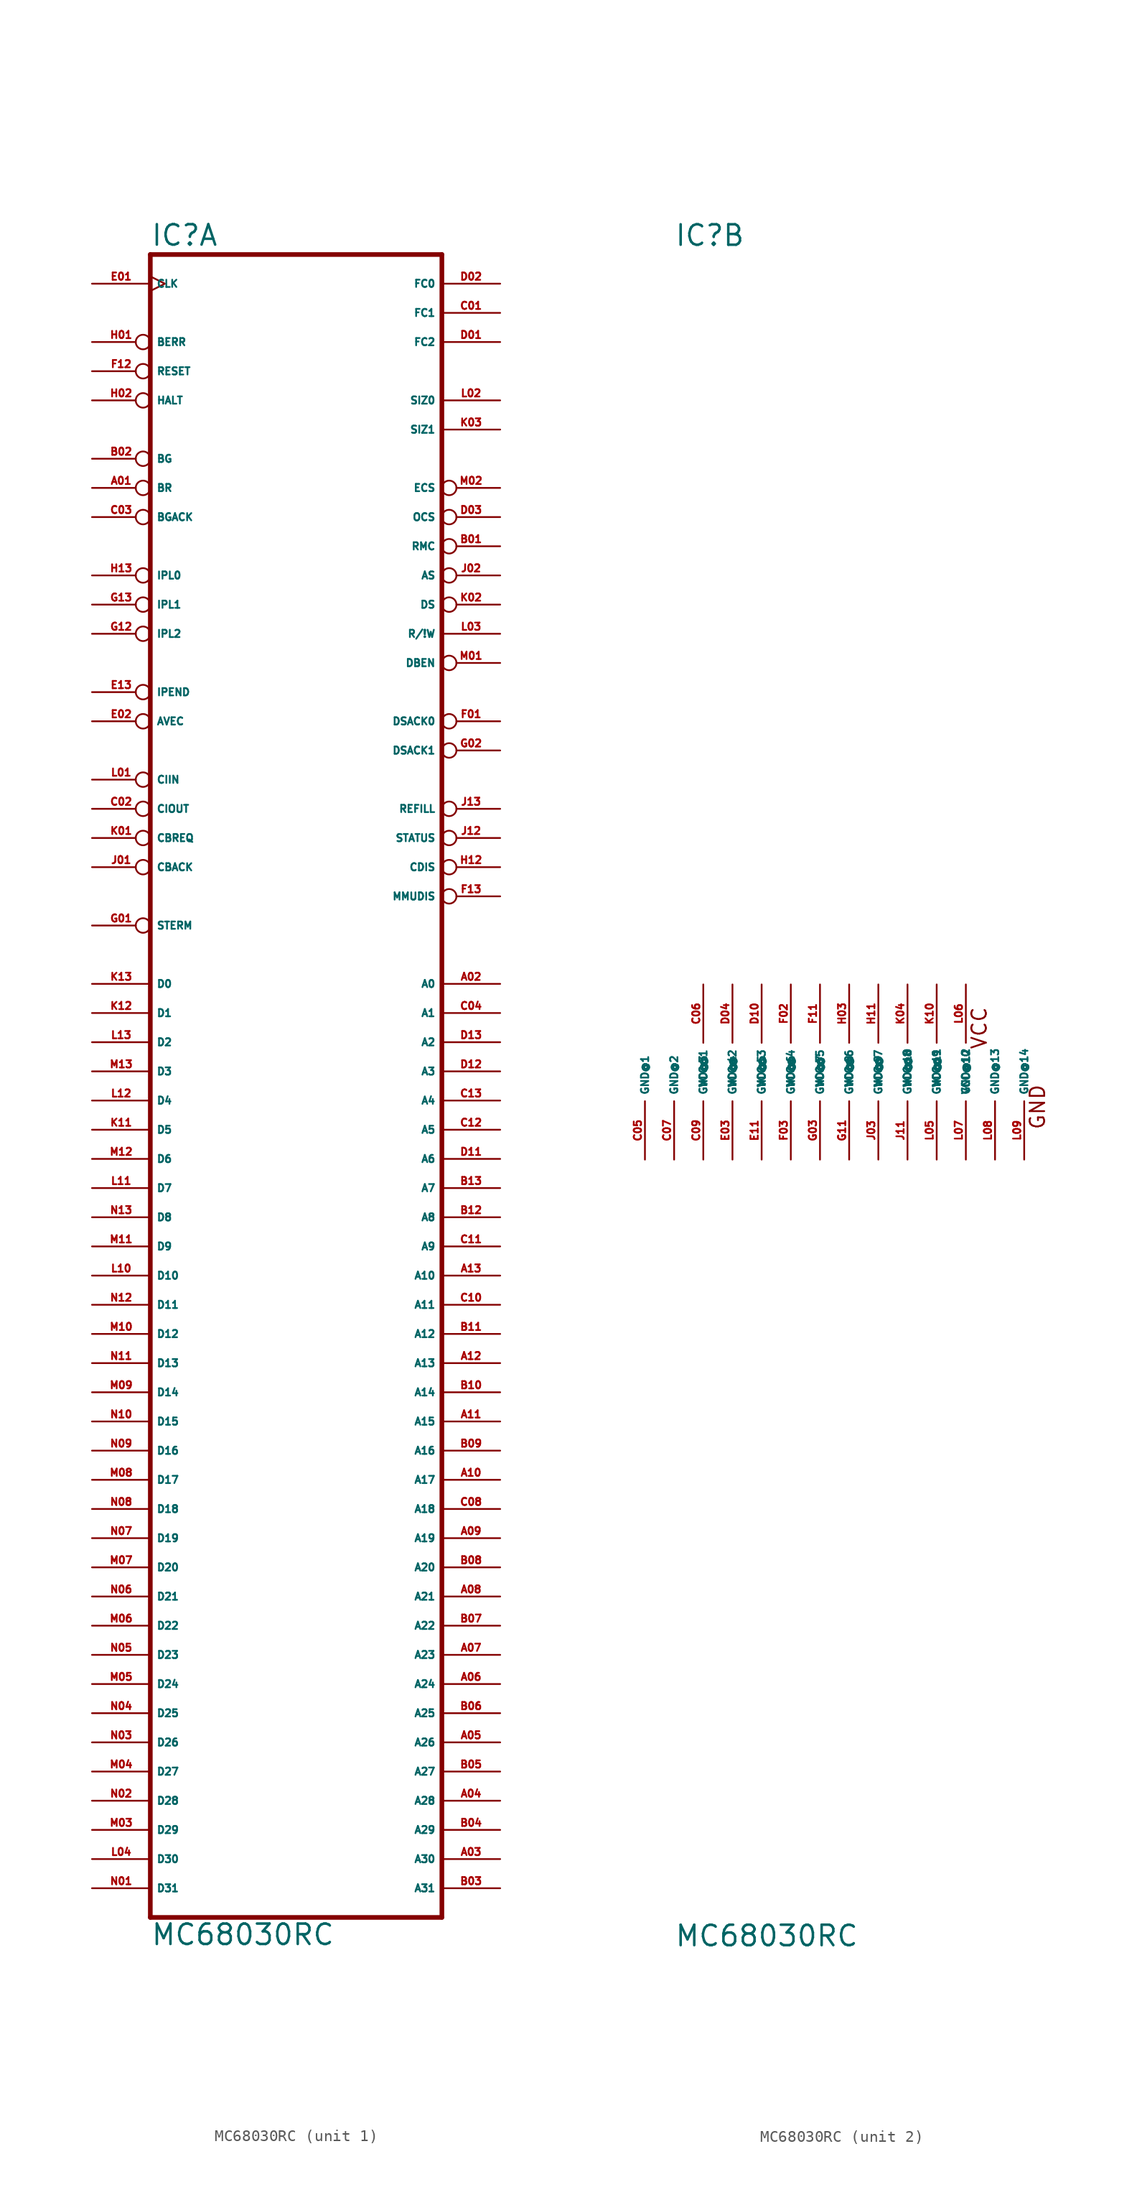
<source format=kicad_sym>
(kicad_symbol_lib
  (version 20220914)
  (generator Eagle2Kicad)
  (symbol "MC68030RC"
    (property "Reference" "IC"
      (at -12.7 71.755 0)
      (effects (font (size 1.778 1.778) (thickness 0.22)) (justify left bottom)))
    (property "Value" "MC68030RC"
      (at -12.7 -76.2 0)
      (effects (font (size 1.778 1.778) (thickness 0.22)) (justify left bottom)))
    (symbol "MC68030RC_1_0"
      (polyline (pts (xy -12.7 -73.66) (xy 12.7 -73.66)) (stroke (width 0.406) (type default)) (fill (type none)))
      (polyline (pts (xy 12.7 71.12) (xy 12.7 -73.66)) (stroke (width 0.406) (type default)) (fill (type none)))
      (polyline (pts (xy 12.7 71.12) (xy -12.7 71.12)) (stroke (width 0.406) (type default)) (fill (type none)))
      (polyline (pts (xy -12.7 -73.66) (xy -12.7 71.12)) (stroke (width 0.406) (type default)) (fill (type none)))
      (pin input clock (at -17.78 68.58 0) (length 5.08) (name "CLK" (effects (font (size 0.635 0.635) (thickness 0.08)) (justify left bottom))) (number "E01" (effects (font (size 0.635 0.635) (thickness 0.08)) (justify left bottom))))
      (pin input inverted (at -17.78 63.5 0) (length 5.08) (name "BERR" (effects (font (size 0.635 0.635) (thickness 0.08)) (justify left bottom))) (number "H01" (effects (font (size 0.635 0.635) (thickness 0.08)) (justify left bottom))))
      (pin bidirectional inverted (at -17.78 60.96 0) (length 5.08) (name "RESET" (effects (font (size 0.635 0.635) (thickness 0.08)) (justify left bottom))) (number "F12" (effects (font (size 0.635 0.635) (thickness 0.08)) (justify left bottom))))
      (pin input inverted (at -17.78 58.42 0) (length 5.08) (name "HALT" (effects (font (size 0.635 0.635) (thickness 0.08)) (justify left bottom))) (number "H02" (effects (font (size 0.635 0.635) (thickness 0.08)) (justify left bottom))))
      (pin input inverted (at -17.78 30.48 0) (length 5.08) (name "AVEC" (effects (font (size 0.635 0.635) (thickness 0.08)) (justify left bottom))) (number "E02" (effects (font (size 0.635 0.635) (thickness 0.08)) (justify left bottom))))
      (pin input inverted (at -17.78 50.8 0) (length 5.08) (name "BR" (effects (font (size 0.635 0.635) (thickness 0.08)) (justify left bottom))) (number "A01" (effects (font (size 0.635 0.635) (thickness 0.08)) (justify left bottom))))
      (pin input inverted (at -17.78 48.26 0) (length 5.08) (name "BGACK" (effects (font (size 0.635 0.635) (thickness 0.08)) (justify left bottom))) (number "C03" (effects (font (size 0.635 0.635) (thickness 0.08)) (justify left bottom))))
      (pin input inverted (at -17.78 43.18 0) (length 5.08) (name "IPL0" (effects (font (size 0.635 0.635) (thickness 0.08)) (justify left bottom))) (number "H13" (effects (font (size 0.635 0.635) (thickness 0.08)) (justify left bottom))))
      (pin bidirectional line (at -17.78 7.62 0) (length 5.08) (name "D0" (effects (font (size 0.635 0.635) (thickness 0.08)) (justify left bottom))) (number "K13" (effects (font (size 0.635 0.635) (thickness 0.08)) (justify left bottom))))
      (pin bidirectional line (at -17.78 5.08 0) (length 5.08) (name "D1" (effects (font (size 0.635 0.635) (thickness 0.08)) (justify left bottom))) (number "K12" (effects (font (size 0.635 0.635) (thickness 0.08)) (justify left bottom))))
      (pin bidirectional line (at -17.78 2.54 0) (length 5.08) (name "D2" (effects (font (size 0.635 0.635) (thickness 0.08)) (justify left bottom))) (number "L13" (effects (font (size 0.635 0.635) (thickness 0.08)) (justify left bottom))))
      (pin bidirectional line (at -17.78 0 0) (length 5.08) (name "D3" (effects (font (size 0.635 0.635) (thickness 0.08)) (justify left bottom))) (number "M13" (effects (font (size 0.635 0.635) (thickness 0.08)) (justify left bottom))))
      (pin bidirectional line (at -17.78 -2.54 0) (length 5.08) (name "D4" (effects (font (size 0.635 0.635) (thickness 0.08)) (justify left bottom))) (number "L12" (effects (font (size 0.635 0.635) (thickness 0.08)) (justify left bottom))))
      (pin bidirectional line (at -17.78 -5.08 0) (length 5.08) (name "D5" (effects (font (size 0.635 0.635) (thickness 0.08)) (justify left bottom))) (number "K11" (effects (font (size 0.635 0.635) (thickness 0.08)) (justify left bottom))))
      (pin bidirectional line (at -17.78 -7.62 0) (length 5.08) (name "D6" (effects (font (size 0.635 0.635) (thickness 0.08)) (justify left bottom))) (number "M12" (effects (font (size 0.635 0.635) (thickness 0.08)) (justify left bottom))))
      (pin bidirectional line (at -17.78 -10.16 0) (length 5.08) (name "D7" (effects (font (size 0.635 0.635) (thickness 0.08)) (justify left bottom))) (number "L11" (effects (font (size 0.635 0.635) (thickness 0.08)) (justify left bottom))))
      (pin bidirectional line (at -17.78 -12.7 0) (length 5.08) (name "D8" (effects (font (size 0.635 0.635) (thickness 0.08)) (justify left bottom))) (number "N13" (effects (font (size 0.635 0.635) (thickness 0.08)) (justify left bottom))))
      (pin bidirectional line (at -17.78 -15.24 0) (length 5.08) (name "D9" (effects (font (size 0.635 0.635) (thickness 0.08)) (justify left bottom))) (number "M11" (effects (font (size 0.635 0.635) (thickness 0.08)) (justify left bottom))))
      (pin bidirectional line (at -17.78 -17.78 0) (length 5.08) (name "D10" (effects (font (size 0.635 0.635) (thickness 0.08)) (justify left bottom))) (number "L10" (effects (font (size 0.635 0.635) (thickness 0.08)) (justify left bottom))))
      (pin bidirectional line (at -17.78 -20.32 0) (length 5.08) (name "D11" (effects (font (size 0.635 0.635) (thickness 0.08)) (justify left bottom))) (number "N12" (effects (font (size 0.635 0.635) (thickness 0.08)) (justify left bottom))))
      (pin bidirectional line (at -17.78 -22.86 0) (length 5.08) (name "D12" (effects (font (size 0.635 0.635) (thickness 0.08)) (justify left bottom))) (number "M10" (effects (font (size 0.635 0.635) (thickness 0.08)) (justify left bottom))))
      (pin bidirectional line (at -17.78 -25.4 0) (length 5.08) (name "D13" (effects (font (size 0.635 0.635) (thickness 0.08)) (justify left bottom))) (number "N11" (effects (font (size 0.635 0.635) (thickness 0.08)) (justify left bottom))))
      (pin bidirectional line (at -17.78 -27.94 0) (length 5.08) (name "D14" (effects (font (size 0.635 0.635) (thickness 0.08)) (justify left bottom))) (number "M09" (effects (font (size 0.635 0.635) (thickness 0.08)) (justify left bottom))))
      (pin bidirectional line (at -17.78 -30.48 0) (length 5.08) (name "D15" (effects (font (size 0.635 0.635) (thickness 0.08)) (justify left bottom))) (number "N10" (effects (font (size 0.635 0.635) (thickness 0.08)) (justify left bottom))))
      (pin output line (at 17.78 58.42 180) (length 5.08) (name "SIZ0" (effects (font (size 0.635 0.635) (thickness 0.08)) (justify left bottom))) (number "L02" (effects (font (size 0.635 0.635) (thickness 0.08)) (justify left bottom))))
      (pin output line (at 17.78 55.88 180) (length 5.08) (name "SIZ1" (effects (font (size 0.635 0.635) (thickness 0.08)) (justify left bottom))) (number "K03" (effects (font (size 0.635 0.635) (thickness 0.08)) (justify left bottom))))
      (pin output line (at 17.78 68.58 180) (length 5.08) (name "FC0" (effects (font (size 0.635 0.635) (thickness 0.08)) (justify left bottom))) (number "D02" (effects (font (size 0.635 0.635) (thickness 0.08)) (justify left bottom))))
      (pin output line (at 17.78 66.04 180) (length 5.08) (name "FC1" (effects (font (size 0.635 0.635) (thickness 0.08)) (justify left bottom))) (number "C01" (effects (font (size 0.635 0.635) (thickness 0.08)) (justify left bottom))))
      (pin output line (at 17.78 63.5 180) (length 5.08) (name "FC2" (effects (font (size 0.635 0.635) (thickness 0.08)) (justify left bottom))) (number "D01" (effects (font (size 0.635 0.635) (thickness 0.08)) (justify left bottom))))
      (pin output inverted (at 17.78 48.26 180) (length 5.08) (name "OCS" (effects (font (size 0.635 0.635) (thickness 0.08)) (justify left bottom))) (number "D03" (effects (font (size 0.635 0.635) (thickness 0.08)) (justify left bottom))))
      (pin output line (at 17.78 38.1 180) (length 5.08) (name "R/!W" (effects (font (size 0.635 0.635) (thickness 0.08)) (justify left bottom))) (number "L03" (effects (font (size 0.635 0.635) (thickness 0.08)) (justify left bottom))))
      (pin output inverted (at 17.78 45.72 180) (length 5.08) (name "RMC" (effects (font (size 0.635 0.635) (thickness 0.08)) (justify left bottom))) (number "B01" (effects (font (size 0.635 0.635) (thickness 0.08)) (justify left bottom))))
      (pin output inverted (at 17.78 43.18 180) (length 5.08) (name "AS" (effects (font (size 0.635 0.635) (thickness 0.08)) (justify left bottom))) (number "J02" (effects (font (size 0.635 0.635) (thickness 0.08)) (justify left bottom))))
      (pin output inverted (at 17.78 50.8 180) (length 5.08) (name "ECS" (effects (font (size 0.635 0.635) (thickness 0.08)) (justify left bottom))) (number "M02" (effects (font (size 0.635 0.635) (thickness 0.08)) (justify left bottom))))
      (pin output line (at 17.78 5.08 180) (length 5.08) (name "A1" (effects (font (size 0.635 0.635) (thickness 0.08)) (justify left bottom))) (number "C04" (effects (font (size 0.635 0.635) (thickness 0.08)) (justify left bottom))))
      (pin output line (at 17.78 2.54 180) (length 5.08) (name "A2" (effects (font (size 0.635 0.635) (thickness 0.08)) (justify left bottom))) (number "D13" (effects (font (size 0.635 0.635) (thickness 0.08)) (justify left bottom))))
      (pin output line (at 17.78 0 180) (length 5.08) (name "A3" (effects (font (size 0.635 0.635) (thickness 0.08)) (justify left bottom))) (number "D12" (effects (font (size 0.635 0.635) (thickness 0.08)) (justify left bottom))))
      (pin output line (at 17.78 -2.54 180) (length 5.08) (name "A4" (effects (font (size 0.635 0.635) (thickness 0.08)) (justify left bottom))) (number "C13" (effects (font (size 0.635 0.635) (thickness 0.08)) (justify left bottom))))
      (pin output line (at 17.78 -5.08 180) (length 5.08) (name "A5" (effects (font (size 0.635 0.635) (thickness 0.08)) (justify left bottom))) (number "C12" (effects (font (size 0.635 0.635) (thickness 0.08)) (justify left bottom))))
      (pin output line (at 17.78 -7.62 180) (length 5.08) (name "A6" (effects (font (size 0.635 0.635) (thickness 0.08)) (justify left bottom))) (number "D11" (effects (font (size 0.635 0.635) (thickness 0.08)) (justify left bottom))))
      (pin output line (at 17.78 -10.16 180) (length 5.08) (name "A7" (effects (font (size 0.635 0.635) (thickness 0.08)) (justify left bottom))) (number "B13" (effects (font (size 0.635 0.635) (thickness 0.08)) (justify left bottom))))
      (pin output line (at 17.78 -15.24 180) (length 5.08) (name "A9" (effects (font (size 0.635 0.635) (thickness 0.08)) (justify left bottom))) (number "C11" (effects (font (size 0.635 0.635) (thickness 0.08)) (justify left bottom))))
      (pin output line (at 17.78 -12.7 180) (length 5.08) (name "A8" (effects (font (size 0.635 0.635) (thickness 0.08)) (justify left bottom))) (number "B12" (effects (font (size 0.635 0.635) (thickness 0.08)) (justify left bottom))))
      (pin output line (at 17.78 -17.78 180) (length 5.08) (name "A10" (effects (font (size 0.635 0.635) (thickness 0.08)) (justify left bottom))) (number "A13" (effects (font (size 0.635 0.635) (thickness 0.08)) (justify left bottom))))
      (pin output line (at 17.78 -20.32 180) (length 5.08) (name "A11" (effects (font (size 0.635 0.635) (thickness 0.08)) (justify left bottom))) (number "C10" (effects (font (size 0.635 0.635) (thickness 0.08)) (justify left bottom))))
      (pin output line (at 17.78 -22.86 180) (length 5.08) (name "A12" (effects (font (size 0.635 0.635) (thickness 0.08)) (justify left bottom))) (number "B11" (effects (font (size 0.635 0.635) (thickness 0.08)) (justify left bottom))))
      (pin output line (at 17.78 -25.4 180) (length 5.08) (name "A13" (effects (font (size 0.635 0.635) (thickness 0.08)) (justify left bottom))) (number "A12" (effects (font (size 0.635 0.635) (thickness 0.08)) (justify left bottom))))
      (pin output line (at 17.78 -27.94 180) (length 5.08) (name "A14" (effects (font (size 0.635 0.635) (thickness 0.08)) (justify left bottom))) (number "B10" (effects (font (size 0.635 0.635) (thickness 0.08)) (justify left bottom))))
      (pin output line (at 17.78 -30.48 180) (length 5.08) (name "A15" (effects (font (size 0.635 0.635) (thickness 0.08)) (justify left bottom))) (number "A11" (effects (font (size 0.635 0.635) (thickness 0.08)) (justify left bottom))))
      (pin output line (at 17.78 -33.02 180) (length 5.08) (name "A16" (effects (font (size 0.635 0.635) (thickness 0.08)) (justify left bottom))) (number "B09" (effects (font (size 0.635 0.635) (thickness 0.08)) (justify left bottom))))
      (pin output line (at 17.78 -35.56 180) (length 5.08) (name "A17" (effects (font (size 0.635 0.635) (thickness 0.08)) (justify left bottom))) (number "A10" (effects (font (size 0.635 0.635) (thickness 0.08)) (justify left bottom))))
      (pin output line (at 17.78 -38.1 180) (length 5.08) (name "A18" (effects (font (size 0.635 0.635) (thickness 0.08)) (justify left bottom))) (number "C08" (effects (font (size 0.635 0.635) (thickness 0.08)) (justify left bottom))))
      (pin output line (at 17.78 -40.64 180) (length 5.08) (name "A19" (effects (font (size 0.635 0.635) (thickness 0.08)) (justify left bottom))) (number "A09" (effects (font (size 0.635 0.635) (thickness 0.08)) (justify left bottom))))
      (pin output line (at 17.78 -43.18 180) (length 5.08) (name "A20" (effects (font (size 0.635 0.635) (thickness 0.08)) (justify left bottom))) (number "B08" (effects (font (size 0.635 0.635) (thickness 0.08)) (justify left bottom))))
      (pin output line (at 17.78 -45.72 180) (length 5.08) (name "A21" (effects (font (size 0.635 0.635) (thickness 0.08)) (justify left bottom))) (number "A08" (effects (font (size 0.635 0.635) (thickness 0.08)) (justify left bottom))))
      (pin output line (at 17.78 -48.26 180) (length 5.08) (name "A22" (effects (font (size 0.635 0.635) (thickness 0.08)) (justify left bottom))) (number "B07" (effects (font (size 0.635 0.635) (thickness 0.08)) (justify left bottom))))
      (pin output line (at 17.78 -50.8 180) (length 5.08) (name "A23" (effects (font (size 0.635 0.635) (thickness 0.08)) (justify left bottom))) (number "A07" (effects (font (size 0.635 0.635) (thickness 0.08)) (justify left bottom))))
      (pin input inverted (at -17.78 40.64 0) (length 5.08) (name "IPL1" (effects (font (size 0.635 0.635) (thickness 0.08)) (justify left bottom))) (number "G13" (effects (font (size 0.635 0.635) (thickness 0.08)) (justify left bottom))))
      (pin input inverted (at -17.78 38.1 0) (length 5.08) (name "IPL2" (effects (font (size 0.635 0.635) (thickness 0.08)) (justify left bottom))) (number "G12" (effects (font (size 0.635 0.635) (thickness 0.08)) (justify left bottom))))
      (pin bidirectional line (at -17.78 -33.02 0) (length 5.08) (name "D16" (effects (font (size 0.635 0.635) (thickness 0.08)) (justify left bottom))) (number "N09" (effects (font (size 0.635 0.635) (thickness 0.08)) (justify left bottom))))
      (pin bidirectional line (at -17.78 -35.56 0) (length 5.08) (name "D17" (effects (font (size 0.635 0.635) (thickness 0.08)) (justify left bottom))) (number "M08" (effects (font (size 0.635 0.635) (thickness 0.08)) (justify left bottom))))
      (pin bidirectional line (at -17.78 -38.1 0) (length 5.08) (name "D18" (effects (font (size 0.635 0.635) (thickness 0.08)) (justify left bottom))) (number "N08" (effects (font (size 0.635 0.635) (thickness 0.08)) (justify left bottom))))
      (pin bidirectional line (at -17.78 -40.64 0) (length 5.08) (name "D19" (effects (font (size 0.635 0.635) (thickness 0.08)) (justify left bottom))) (number "N07" (effects (font (size 0.635 0.635) (thickness 0.08)) (justify left bottom))))
      (pin bidirectional line (at -17.78 -43.18 0) (length 5.08) (name "D20" (effects (font (size 0.635 0.635) (thickness 0.08)) (justify left bottom))) (number "M07" (effects (font (size 0.635 0.635) (thickness 0.08)) (justify left bottom))))
      (pin bidirectional line (at -17.78 -45.72 0) (length 5.08) (name "D21" (effects (font (size 0.635 0.635) (thickness 0.08)) (justify left bottom))) (number "N06" (effects (font (size 0.635 0.635) (thickness 0.08)) (justify left bottom))))
      (pin bidirectional line (at -17.78 -48.26 0) (length 5.08) (name "D22" (effects (font (size 0.635 0.635) (thickness 0.08)) (justify left bottom))) (number "M06" (effects (font (size 0.635 0.635) (thickness 0.08)) (justify left bottom))))
      (pin bidirectional line (at -17.78 -50.8 0) (length 5.08) (name "D23" (effects (font (size 0.635 0.635) (thickness 0.08)) (justify left bottom))) (number "N05" (effects (font (size 0.635 0.635) (thickness 0.08)) (justify left bottom))))
      (pin bidirectional line (at -17.78 -53.34 0) (length 5.08) (name "D24" (effects (font (size 0.635 0.635) (thickness 0.08)) (justify left bottom))) (number "M05" (effects (font (size 0.635 0.635) (thickness 0.08)) (justify left bottom))))
      (pin bidirectional line (at -17.78 -55.88 0) (length 5.08) (name "D25" (effects (font (size 0.635 0.635) (thickness 0.08)) (justify left bottom))) (number "N04" (effects (font (size 0.635 0.635) (thickness 0.08)) (justify left bottom))))
      (pin bidirectional line (at -17.78 -58.42 0) (length 5.08) (name "D26" (effects (font (size 0.635 0.635) (thickness 0.08)) (justify left bottom))) (number "N03" (effects (font (size 0.635 0.635) (thickness 0.08)) (justify left bottom))))
      (pin bidirectional line (at -17.78 -60.96 0) (length 5.08) (name "D27" (effects (font (size 0.635 0.635) (thickness 0.08)) (justify left bottom))) (number "M04" (effects (font (size 0.635 0.635) (thickness 0.08)) (justify left bottom))))
      (pin bidirectional line (at -17.78 -63.5 0) (length 5.08) (name "D28" (effects (font (size 0.635 0.635) (thickness 0.08)) (justify left bottom))) (number "N02" (effects (font (size 0.635 0.635) (thickness 0.08)) (justify left bottom))))
      (pin bidirectional line (at -17.78 -66.04 0) (length 5.08) (name "D29" (effects (font (size 0.635 0.635) (thickness 0.08)) (justify left bottom))) (number "M03" (effects (font (size 0.635 0.635) (thickness 0.08)) (justify left bottom))))
      (pin bidirectional line (at -17.78 -68.58 0) (length 5.08) (name "D30" (effects (font (size 0.635 0.635) (thickness 0.08)) (justify left bottom))) (number "L04" (effects (font (size 0.635 0.635) (thickness 0.08)) (justify left bottom))))
      (pin bidirectional line (at -17.78 -71.12 0) (length 5.08) (name "D31" (effects (font (size 0.635 0.635) (thickness 0.08)) (justify left bottom))) (number "N01" (effects (font (size 0.635 0.635) (thickness 0.08)) (justify left bottom))))
      (pin output line (at 17.78 -53.34 180) (length 5.08) (name "A24" (effects (font (size 0.635 0.635) (thickness 0.08)) (justify left bottom))) (number "A06" (effects (font (size 0.635 0.635) (thickness 0.08)) (justify left bottom))))
      (pin output line (at 17.78 -55.88 180) (length 5.08) (name "A25" (effects (font (size 0.635 0.635) (thickness 0.08)) (justify left bottom))) (number "B06" (effects (font (size 0.635 0.635) (thickness 0.08)) (justify left bottom))))
      (pin output line (at 17.78 -58.42 180) (length 5.08) (name "A26" (effects (font (size 0.635 0.635) (thickness 0.08)) (justify left bottom))) (number "A05" (effects (font (size 0.635 0.635) (thickness 0.08)) (justify left bottom))))
      (pin output line (at 17.78 -60.96 180) (length 5.08) (name "A27" (effects (font (size 0.635 0.635) (thickness 0.08)) (justify left bottom))) (number "B05" (effects (font (size 0.635 0.635) (thickness 0.08)) (justify left bottom))))
      (pin output line (at 17.78 -63.5 180) (length 5.08) (name "A28" (effects (font (size 0.635 0.635) (thickness 0.08)) (justify left bottom))) (number "A04" (effects (font (size 0.635 0.635) (thickness 0.08)) (justify left bottom))))
      (pin output line (at 17.78 -66.04 180) (length 5.08) (name "A29" (effects (font (size 0.635 0.635) (thickness 0.08)) (justify left bottom))) (number "B04" (effects (font (size 0.635 0.635) (thickness 0.08)) (justify left bottom))))
      (pin output line (at 17.78 -68.58 180) (length 5.08) (name "A30" (effects (font (size 0.635 0.635) (thickness 0.08)) (justify left bottom))) (number "A03" (effects (font (size 0.635 0.635) (thickness 0.08)) (justify left bottom))))
      (pin output line (at 17.78 -71.12 180) (length 5.08) (name "A31" (effects (font (size 0.635 0.635) (thickness 0.08)) (justify left bottom))) (number "B03" (effects (font (size 0.635 0.635) (thickness 0.08)) (justify left bottom))))
      (pin output line (at 17.78 7.62 180) (length 5.08) (name "A0" (effects (font (size 0.635 0.635) (thickness 0.08)) (justify left bottom))) (number "A02" (effects (font (size 0.635 0.635) (thickness 0.08)) (justify left bottom))))
      (pin output inverted (at 17.78 40.64 180) (length 5.08) (name "DS" (effects (font (size 0.635 0.635) (thickness 0.08)) (justify left bottom))) (number "K02" (effects (font (size 0.635 0.635) (thickness 0.08)) (justify left bottom))))
      (pin output inverted (at 17.78 35.56 180) (length 5.08) (name "DBEN" (effects (font (size 0.635 0.635) (thickness 0.08)) (justify left bottom))) (number "M01" (effects (font (size 0.635 0.635) (thickness 0.08)) (justify left bottom))))
      (pin input inverted (at 17.78 30.48 180) (length 5.08) (name "DSACK0" (effects (font (size 0.635 0.635) (thickness 0.08)) (justify left bottom))) (number "F01" (effects (font (size 0.635 0.635) (thickness 0.08)) (justify left bottom))))
      (pin input inverted (at 17.78 27.94 180) (length 5.08) (name "DSACK1" (effects (font (size 0.635 0.635) (thickness 0.08)) (justify left bottom))) (number "G02" (effects (font (size 0.635 0.635) (thickness 0.08)) (justify left bottom))))
      (pin output inverted (at -17.78 53.34 0) (length 5.08) (name "BG" (effects (font (size 0.635 0.635) (thickness 0.08)) (justify left bottom))) (number "B02" (effects (font (size 0.635 0.635) (thickness 0.08)) (justify left bottom))))
      (pin output inverted (at -17.78 33.02 0) (length 5.08) (name "IPEND" (effects (font (size 0.635 0.635) (thickness 0.08)) (justify left bottom))) (number "E13" (effects (font (size 0.635 0.635) (thickness 0.08)) (justify left bottom))))
      (pin input inverted (at -17.78 25.4 0) (length 5.08) (name "CIIN" (effects (font (size 0.635 0.635) (thickness 0.08)) (justify left bottom))) (number "L01" (effects (font (size 0.635 0.635) (thickness 0.08)) (justify left bottom))))
      (pin output inverted (at -17.78 22.86 0) (length 5.08) (name "CIOUT" (effects (font (size 0.635 0.635) (thickness 0.08)) (justify left bottom))) (number "C02" (effects (font (size 0.635 0.635) (thickness 0.08)) (justify left bottom))))
      (pin output inverted (at -17.78 20.32 0) (length 5.08) (name "CBREQ" (effects (font (size 0.635 0.635) (thickness 0.08)) (justify left bottom))) (number "K01" (effects (font (size 0.635 0.635) (thickness 0.08)) (justify left bottom))))
      (pin input inverted (at -17.78 17.78 0) (length 5.08) (name "CBACK" (effects (font (size 0.635 0.635) (thickness 0.08)) (justify left bottom))) (number "J01" (effects (font (size 0.635 0.635) (thickness 0.08)) (justify left bottom))))
      (pin input inverted (at -17.78 12.7 0) (length 5.08) (name "STERM" (effects (font (size 0.635 0.635) (thickness 0.08)) (justify left bottom))) (number "G01" (effects (font (size 0.635 0.635) (thickness 0.08)) (justify left bottom))))
      (pin input inverted (at 17.78 17.78 180) (length 5.08) (name "CDIS" (effects (font (size 0.635 0.635) (thickness 0.08)) (justify left bottom))) (number "H12" (effects (font (size 0.635 0.635) (thickness 0.08)) (justify left bottom))))
      (pin input inverted (at 17.78 15.24 180) (length 5.08) (name "MMUDIS" (effects (font (size 0.635 0.635) (thickness 0.08)) (justify left bottom))) (number "F13" (effects (font (size 0.635 0.635) (thickness 0.08)) (justify left bottom))))
      (pin output inverted (at 17.78 22.86 180) (length 5.08) (name "REFILL" (effects (font (size 0.635 0.635) (thickness 0.08)) (justify left bottom))) (number "J13" (effects (font (size 0.635 0.635) (thickness 0.08)) (justify left bottom))))
      (pin output inverted (at 17.78 20.32 180) (length 5.08) (name "STATUS" (effects (font (size 0.635 0.635) (thickness 0.08)) (justify left bottom))) (number "J12" (effects (font (size 0.635 0.635) (thickness 0.08)) (justify left bottom)))))
    (symbol "MC68030RC_2_0"
      (text "VCC" (at 14.605 1.905 900) (effects (font (size 1.27 1.27) (thickness 0.16)) (justify left bottom)))
      (text "GND" (at 19.685 -5.08 900) (effects (font (size 1.27 1.27) (thickness 0.16)) (justify left bottom)))
      (pin unspecified line (at -15.24 -7.62 90) (length 5.08) (name "GND@1" (effects (font (size 0.635 0.635) (thickness 0.08)) (justify left bottom))) (number "C05" (effects (font (size 0.635 0.635) (thickness 0.08)) (justify left bottom))))
      (pin unspecified line (at -12.7 -7.62 90) (length 5.08) (name "GND@2" (effects (font (size 0.635 0.635) (thickness 0.08)) (justify left bottom))) (number "C07" (effects (font (size 0.635 0.635) (thickness 0.08)) (justify left bottom))))
      (pin unspecified line (at -10.16 -7.62 90) (length 5.08) (name "GND@3" (effects (font (size 0.635 0.635) (thickness 0.08)) (justify left bottom))) (number "C09" (effects (font (size 0.635 0.635) (thickness 0.08)) (justify left bottom))))
      (pin unspecified line (at -7.62 -7.62 90) (length 5.08) (name "GND@4" (effects (font (size 0.635 0.635) (thickness 0.08)) (justify left bottom))) (number "E03" (effects (font (size 0.635 0.635) (thickness 0.08)) (justify left bottom))))
      (pin unspecified line (at -5.08 -7.62 90) (length 5.08) (name "GND@5" (effects (font (size 0.635 0.635) (thickness 0.08)) (justify left bottom))) (number "E11" (effects (font (size 0.635 0.635) (thickness 0.08)) (justify left bottom))))
      (pin unspecified line (at -2.54 -7.62 90) (length 5.08) (name "GND@6" (effects (font (size 0.635 0.635) (thickness 0.08)) (justify left bottom))) (number "F03" (effects (font (size 0.635 0.635) (thickness 0.08)) (justify left bottom))))
      (pin unspecified line (at 0 -7.62 90) (length 5.08) (name "GND@7" (effects (font (size 0.635 0.635) (thickness 0.08)) (justify left bottom))) (number "G03" (effects (font (size 0.635 0.635) (thickness 0.08)) (justify left bottom))))
      (pin unspecified line (at 2.54 -7.62 90) (length 5.08) (name "GND@8" (effects (font (size 0.635 0.635) (thickness 0.08)) (justify left bottom))) (number "G11" (effects (font (size 0.635 0.635) (thickness 0.08)) (justify left bottom))))
      (pin unspecified line (at 5.08 -7.62 90) (length 5.08) (name "GND@9" (effects (font (size 0.635 0.635) (thickness 0.08)) (justify left bottom))) (number "J03" (effects (font (size 0.635 0.635) (thickness 0.08)) (justify left bottom))))
      (pin unspecified line (at 7.62 -7.62 90) (length 5.08) (name "GND@10" (effects (font (size 0.635 0.635) (thickness 0.08)) (justify left bottom))) (number "J11" (effects (font (size 0.635 0.635) (thickness 0.08)) (justify left bottom))))
      (pin unspecified line (at 10.16 -7.62 90) (length 5.08) (name "GND@11" (effects (font (size 0.635 0.635) (thickness 0.08)) (justify left bottom))) (number "L05" (effects (font (size 0.635 0.635) (thickness 0.08)) (justify left bottom))))
      (pin unspecified line (at 12.7 -7.62 90) (length 5.08) (name "GND@12" (effects (font (size 0.635 0.635) (thickness 0.08)) (justify left bottom))) (number "L07" (effects (font (size 0.635 0.635) (thickness 0.08)) (justify left bottom))))
      (pin unspecified line (at 15.24 -7.62 90) (length 5.08) (name "GND@13" (effects (font (size 0.635 0.635) (thickness 0.08)) (justify left bottom))) (number "L08" (effects (font (size 0.635 0.635) (thickness 0.08)) (justify left bottom))))
      (pin unspecified line (at -10.16 7.62 270) (length 5.08) (name "VCC@1" (effects (font (size 0.635 0.635) (thickness 0.08)) (justify left bottom))) (number "C06" (effects (font (size 0.635 0.635) (thickness 0.08)) (justify left bottom))))
      (pin unspecified line (at -7.62 7.62 270) (length 5.08) (name "VCC@2" (effects (font (size 0.635 0.635) (thickness 0.08)) (justify left bottom))) (number "D04" (effects (font (size 0.635 0.635) (thickness 0.08)) (justify left bottom))))
      (pin unspecified line (at -5.08 7.62 270) (length 5.08) (name "VCC@3" (effects (font (size 0.635 0.635) (thickness 0.08)) (justify left bottom))) (number "D10" (effects (font (size 0.635 0.635) (thickness 0.08)) (justify left bottom))))
      (pin unspecified line (at -2.54 7.62 270) (length 5.08) (name "VCC@4" (effects (font (size 0.635 0.635) (thickness 0.08)) (justify left bottom))) (number "F02" (effects (font (size 0.635 0.635) (thickness 0.08)) (justify left bottom))))
      (pin unspecified line (at 0 7.62 270) (length 5.08) (name "VCC@5" (effects (font (size 0.635 0.635) (thickness 0.08)) (justify left bottom))) (number "F11" (effects (font (size 0.635 0.635) (thickness 0.08)) (justify left bottom))))
      (pin unspecified line (at 2.54 7.62 270) (length 5.08) (name "VCC@6" (effects (font (size 0.635 0.635) (thickness 0.08)) (justify left bottom))) (number "H03" (effects (font (size 0.635 0.635) (thickness 0.08)) (justify left bottom))))
      (pin unspecified line (at 5.08 7.62 270) (length 5.08) (name "VCC@7" (effects (font (size 0.635 0.635) (thickness 0.08)) (justify left bottom))) (number "H11" (effects (font (size 0.635 0.635) (thickness 0.08)) (justify left bottom))))
      (pin unspecified line (at 7.62 7.62 270) (length 5.08) (name "VCC@8" (effects (font (size 0.635 0.635) (thickness 0.08)) (justify left bottom))) (number "K04" (effects (font (size 0.635 0.635) (thickness 0.08)) (justify left bottom))))
      (pin unspecified line (at 10.16 7.62 270) (length 5.08) (name "VCC@9" (effects (font (size 0.635 0.635) (thickness 0.08)) (justify left bottom))) (number "K10" (effects (font (size 0.635 0.635) (thickness 0.08)) (justify left bottom))))
      (pin unspecified line (at 12.7 7.62 270) (length 5.08) (name "VCC@10" (effects (font (size 0.635 0.635) (thickness 0.08)) (justify left bottom))) (number "L06" (effects (font (size 0.635 0.635) (thickness 0.08)) (justify left bottom))))
      (pin unspecified line (at 17.78 -7.62 90) (length 5.08) (name "GND@14" (effects (font (size 0.635 0.635) (thickness 0.08)) (justify left bottom))) (number "L09" (effects (font (size 0.635 0.635) (thickness 0.08)) (justify left bottom)))))))
</source>
